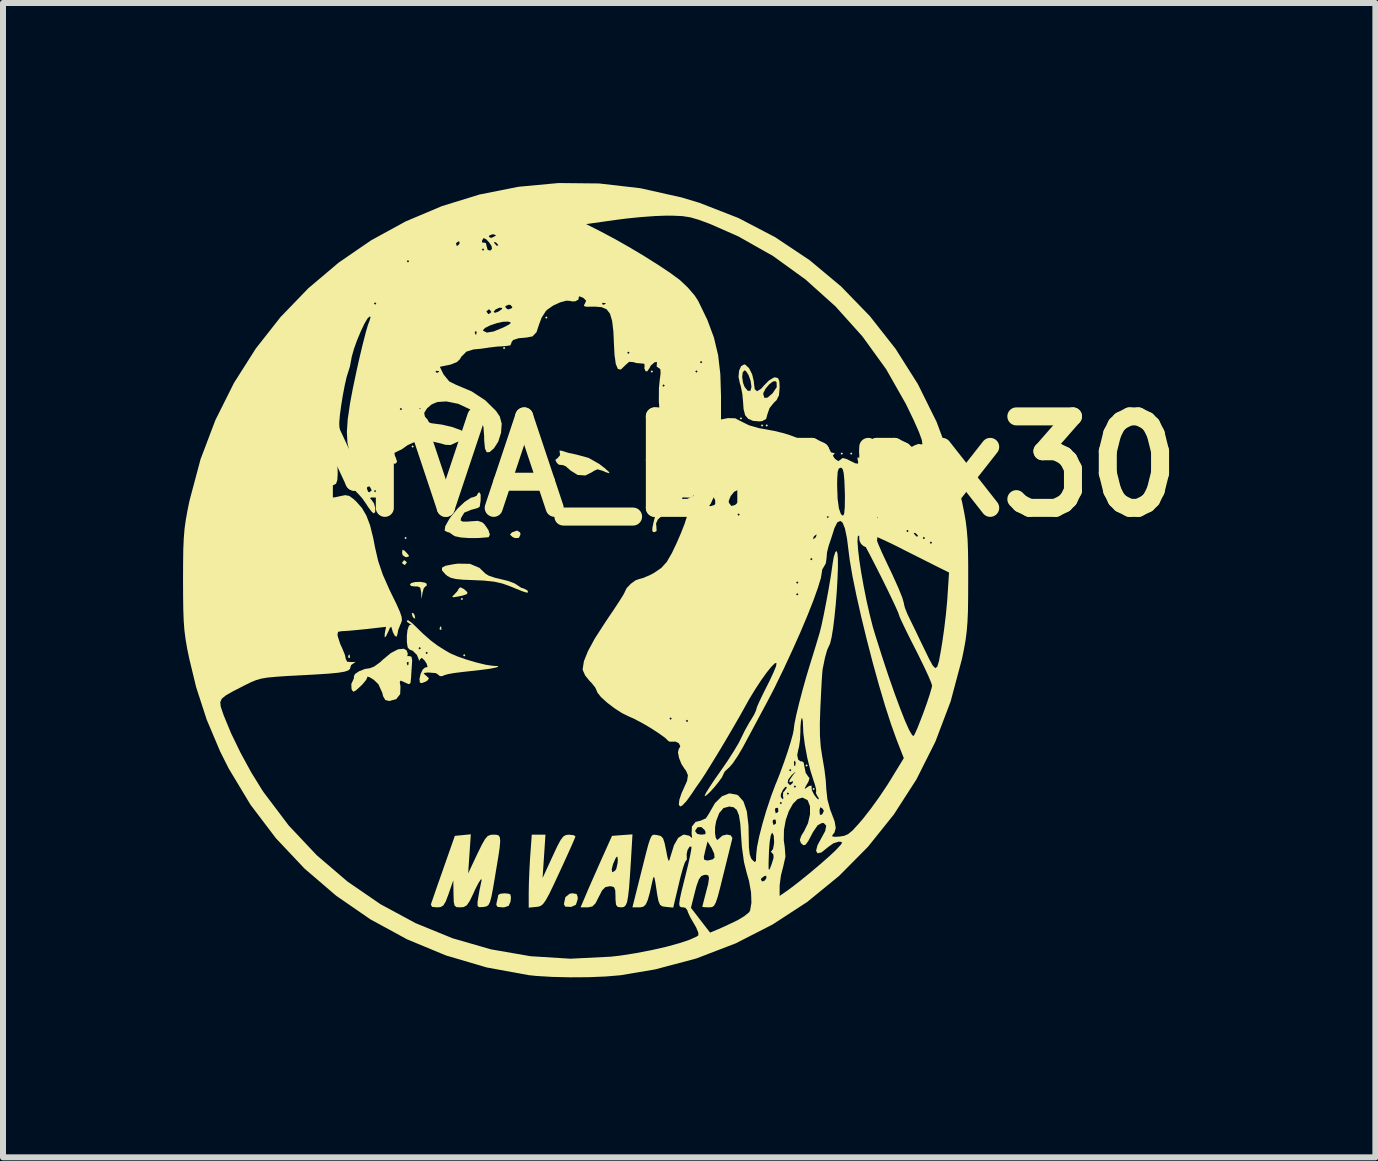
<source format=kicad_pcb>
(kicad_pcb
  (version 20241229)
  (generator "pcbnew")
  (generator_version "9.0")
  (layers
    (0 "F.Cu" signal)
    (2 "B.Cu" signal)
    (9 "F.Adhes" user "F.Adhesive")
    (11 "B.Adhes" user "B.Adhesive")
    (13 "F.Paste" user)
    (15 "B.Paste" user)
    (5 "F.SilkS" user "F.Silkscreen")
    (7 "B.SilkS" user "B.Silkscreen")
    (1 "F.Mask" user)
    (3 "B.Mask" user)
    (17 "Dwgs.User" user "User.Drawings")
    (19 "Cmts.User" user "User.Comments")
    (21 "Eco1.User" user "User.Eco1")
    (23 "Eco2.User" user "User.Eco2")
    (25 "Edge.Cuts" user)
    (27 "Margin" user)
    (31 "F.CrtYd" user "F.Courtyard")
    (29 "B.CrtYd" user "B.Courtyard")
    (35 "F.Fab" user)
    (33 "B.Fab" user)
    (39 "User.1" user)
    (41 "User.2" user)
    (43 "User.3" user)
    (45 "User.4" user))
  (footprint "MVA_Bmpx30"
    (layer "F.Cu")
    (at 9.277 4.723)
    (property "Reference" "MVA_Bmpx30" (at 0 0 0) (layer "F.SilkS") (effects (font (size 1.524 1.524) (thickness 0.3))))
    (attr board_only exclude_from_pos_files exclude_from_bom)
    (fp_poly (pts (xy -6.604 -0.02) (xy -6.624 0) (xy -6.643 -0.02) (xy -6.624 -0.039)) (stroke (width 0) (type solid)) (fill yes) (layer "F.SilkS"))
    (fp_poly (pts (xy -5.549 1.192) (xy -5.568 1.211) (xy -5.588 1.192) (xy -5.568 1.172)) (stroke (width 0) (type solid)) (fill yes) (layer "F.SilkS"))
    (fp_poly (pts (xy -5.432 -0.332) (xy -5.451 -0.313) (xy -5.471 -0.332) (xy -5.451 -0.352)) (stroke (width 0) (type solid)) (fill yes) (layer "F.SilkS"))
    (fp_poly (pts (xy -4.611 2.208) (xy -4.631 2.227) (xy -4.65 2.208) (xy -4.631 2.188)) (stroke (width 0) (type solid)) (fill yes) (layer "F.SilkS"))
    (fp_poly (pts (xy -4.572 3.146) (xy -4.592 3.165) (xy -4.611 3.146) (xy -4.592 3.126)) (stroke (width 0) (type solid)) (fill yes) (layer "F.SilkS"))
    (fp_poly (pts (xy -3.908 -1.973) (xy -3.927 -1.954) (xy -3.947 -1.973) (xy -3.927 -1.993)) (stroke (width 0) (type solid)) (fill yes) (layer "F.SilkS"))
    (fp_poly (pts (xy -3.204 -2.481) (xy -3.224 -2.462) (xy -3.243 -2.481) (xy -3.224 -2.501)) (stroke (width 0) (type solid)) (fill yes) (layer "F.SilkS"))
    (fp_poly (pts (xy -1.446 -1.583) (xy -1.465 -1.563) (xy -1.485 -1.583) (xy -1.465 -1.602)) (stroke (width 0) (type solid)) (fill yes) (layer "F.SilkS"))
    (fp_poly (pts (xy 0.039 -0.801) (xy 0.02 -0.782) (xy 0 -0.801) (xy 0.02 -0.821)) (stroke (width 0) (type solid)) (fill yes) (layer "F.SilkS"))
    (fp_poly (pts (xy 0.391 -0.684) (xy 0.371 -0.664) (xy 0.352 -0.684) (xy 0.371 -0.703)) (stroke (width 0) (type solid)) (fill yes) (layer "F.SilkS"))
    (fp_poly (pts (xy 0.469 -0.684) (xy 0.449 -0.664) (xy 0.43 -0.684) (xy 0.449 -0.703)) (stroke (width 0) (type solid)) (fill yes) (layer "F.SilkS"))
    (fp_poly (pts (xy 1.133 4.982) (xy 1.114 5.002) (xy 1.094 4.982) (xy 1.114 4.963)) (stroke (width 0) (type solid)) (fill yes) (layer "F.SilkS"))
    (fp_poly (pts (xy 1.25 5.373) (xy 1.231 5.393) (xy 1.211 5.373) (xy 1.231 5.354)) (stroke (width 0) (type solid)) (fill yes) (layer "F.SilkS"))
    (fp_poly (pts (xy 1.719 -0.215) (xy 1.7 -0.195) (xy 1.68 -0.215) (xy 1.7 -0.234)) (stroke (width 0) (type solid)) (fill yes) (layer "F.SilkS"))
    (fp_poly (pts (xy 1.876 -0.215) (xy 1.856 -0.195) (xy 1.837 -0.215) (xy 1.856 -0.234)) (stroke (width 0) (type solid)) (fill yes) (layer "F.SilkS"))
    (fp_poly (pts (xy -6.5 3.139) (xy -6.495 3.186) (xy -6.5 3.191) (xy -6.523 3.186) (xy -6.526 3.165) (xy -6.512 3.133)) (stroke (width 0) (type solid)) (fill yes) (layer "F.SilkS"))
    (fp_poly (pts (xy -5.875 -0.026) (xy -5.88 -0.003) (xy -5.901 0) (xy -5.933 -0.014) (xy -5.927 -0.026) (xy -5.88 -0.031)) (stroke (width 0) (type solid)) (fill yes) (layer "F.SilkS"))
    (fp_poly (pts (xy -4.976 2.67) (xy -4.971 2.717) (xy -4.976 2.722) (xy -4.999 2.717) (xy -5.002 2.696) (xy -4.988 2.664)) (stroke (width 0) (type solid)) (fill yes) (layer "F.SilkS"))
    (fp_poly (pts (xy -5.433 2.451) (xy -5.418 2.48) (xy -5.408 2.535) (xy -5.434 2.524) (xy -5.453 2.498) (xy -5.465 2.447) (xy -5.46 2.438)) (stroke (width 0) (type solid)) (fill yes) (layer "F.SilkS"))
    (fp_poly (pts (xy -5.953 0.649) (xy -5.959 0.664) (xy -5.994 0.702) (xy -6.001 0.703) (xy -6.017 0.673) (xy -6.018 0.664) (xy -5.988 0.627) (xy -5.976 0.625)) (stroke (width 0) (type solid)) (fill yes) (layer "F.SilkS"))
    (fp_poly (pts (xy -5.55 1.593) (xy -5.549 1.602) (xy -5.579 1.64) (xy -5.588 1.641) (xy -5.626 1.611) (xy -5.627 1.602) (xy -5.597 1.564) (xy -5.588 1.563)) (stroke (width 0) (type solid)) (fill yes) (layer "F.SilkS"))
    (fp_poly (pts (xy -4.455 -0.371) (xy -4.417 -0.336) (xy -4.416 -0.33) (xy -4.446 -0.313) (xy -4.455 -0.313) (xy -4.492 -0.343) (xy -4.494 -0.354) (xy -4.47 -0.377)) (stroke (width 0) (type solid)) (fill yes) (layer "F.SilkS"))
    (fp_poly (pts (xy -5.588 1.402) (xy -5.568 1.421) (xy -5.521 1.474) (xy -5.51 1.495) (xy -5.542 1.509) (xy -5.568 1.511) (xy -5.617 1.479) (xy -5.627 1.437) (xy -5.62 1.386)) (stroke (width 0) (type solid)) (fill yes) (layer "F.SilkS"))
    (fp_poly (pts (xy -3.661 1.098) (xy -3.654 1.133) (xy -3.681 1.19) (xy -3.748 1.193) (xy -3.79 1.172) (xy -3.829 1.135) (xy -3.798 1.1) (xy -3.79 1.095) (xy -3.711 1.068)) (stroke (width 0) (type solid)) (fill yes) (layer "F.SilkS"))
    (fp_poly (pts (xy -2.719 7.124) (xy -2.7 7.176) (xy -2.703 7.219) (xy -2.731 7.303) (xy -2.805 7.337) (xy -2.823 7.339) (xy -2.908 7.334) (xy -2.931 7.294) (xy -2.906 7.176) (xy -2.833 7.118) (xy -2.787 7.112)) (stroke (width 0) (type solid)) (fill yes) (layer "F.SilkS"))
    (fp_poly (pts (xy -4.603 2.038) (xy -4.591 2.047) (xy -4.539 2.094) (xy -4.545 2.126) (xy -4.618 2.151) (xy -4.689 2.166) (xy -4.774 2.179) (xy -4.793 2.17) (xy -4.764 2.141) (xy -4.704 2.075) (xy -4.685 2.04) (xy -4.659 2.012)) (stroke (width 0) (type solid)) (fill yes) (layer "F.SilkS"))
    (fp_poly (pts (xy -3.85 7.119) (xy -3.822 7.132) (xy -3.813 7.182) (xy -3.82 7.25) (xy -3.851 7.321) (xy -3.922 7.345) (xy -3.956 7.346) (xy -4.036 7.339) (xy -4.058 7.304) (xy -4.05 7.259) (xy -4.031 7.177) (xy -4.025 7.141) (xy -3.993 7.12) (xy -3.921 7.112)) (stroke (width 0) (type solid)) (fill yes) (layer "F.SilkS"))
    (fp_poly (pts (xy -5.245 1.936) (xy -5.216 1.955) (xy -5.219 1.99) (xy -5.231 1.993) (xy -5.265 2.027) (xy -5.286 2.1) (xy -5.303 2.208) (xy -5.309 2.098) (xy -5.324 2.019) (xy -5.372 1.998) (xy -5.399 2) (xy -5.471 1.993) (xy -5.498 1.97) (xy -5.475 1.942) (xy -5.406 1.925) (xy -5.319 1.923)) (stroke (width 0) (type solid)) (fill yes) (layer "F.SilkS"))
    (fp_poly (pts (xy -2.956 -0.259) (xy -2.947 -0.256) (xy -2.86 -0.228) (xy -2.74 -0.202) (xy -2.716 -0.197) (xy -2.519 -0.143) (xy -2.34 -0.041) (xy -2.254 0.025) (xy -2.18 0.091) (xy -2.172 0.114) (xy -2.23 0.096) (xy -2.284 0.072) (xy -2.37 0.047) (xy -2.437 0.076) (xy -2.455 0.091) (xy -2.572 0.15) (xy -2.702 0.141) (xy -2.822 0.066) (xy -2.833 0.055) (xy -2.904 -0.006) (xy -2.958 -0.026) (xy -2.963 -0.024) (xy -3.015 -0.03) (xy -3.048 -0.059) (xy -3.074 -0.11) (xy -3.035 -0.14) (xy -2.994 -0.189) (xy -2.999 -0.225) (xy -3.003 -0.267)) (stroke (width 0) (type solid)) (fill yes) (layer "F.SilkS"))
    (fp_poly (pts (xy -3.262 6.497) (xy -3.286 6.858) (xy -3.12 6.497) (xy -3.043 6.332) (xy -2.987 6.227) (xy -2.942 6.167) (xy -2.898 6.141) (xy -2.845 6.135) (xy -2.845 6.135) (xy -2.767 6.144) (xy -2.738 6.164) (xy -2.755 6.208) (xy -2.799 6.31) (xy -2.865 6.457) (xy -2.947 6.637) (xy -3.004 6.76) (xy -3.103 6.973) (xy -3.176 7.124) (xy -3.232 7.226) (xy -3.276 7.288) (xy -3.316 7.321) (xy -3.359 7.335) (xy -3.392 7.339) (xy -3.517 7.351) (xy -3.517 7.101) (xy -3.514 6.941) (xy -3.506 6.74) (xy -3.495 6.537) (xy -3.492 6.493) (xy -3.466 6.135) (xy -3.238 6.135)) (stroke (width 0) (type solid)) (fill yes) (layer "F.SilkS"))
    (fp_poly (pts (xy -4.497 1.622) (xy -4.338 1.689) (xy -4.24 1.784) (xy -4.182 1.82) (xy -4.074 1.856) (xy -3.989 1.876) (xy -3.857 1.908) (xy -3.751 1.949) (xy -3.712 1.974) (xy -3.642 2.021) (xy -3.604 2.032) (xy -3.544 2.061) (xy -3.536 2.071) (xy -3.527 2.098) (xy -3.55 2.102) (xy -3.618 2.081) (xy -3.741 2.032) (xy -3.81 2.003) (xy -3.952 1.951) (xy -4.095 1.919) (xy -4.268 1.901) (xy -4.429 1.894) (xy -4.611 1.887) (xy -4.734 1.875) (xy -4.815 1.855) (xy -4.874 1.823) (xy -4.908 1.794) (xy -4.962 1.731) (xy -4.962 1.686) (xy -4.902 1.654) (xy -4.773 1.629) (xy -4.699 1.619)) (stroke (width 0) (type solid)) (fill yes) (layer "F.SilkS"))
    (fp_poly (pts (xy -4.318 0.465) (xy -4.318 0.563) (xy -4.333 0.67) (xy -4.37 0.693) (xy -4.456 0.717) (xy -4.471 0.72) (xy -4.591 0.769) (xy -4.646 0.861) (xy -4.65 0.901) (xy -4.616 0.918) (xy -4.529 0.918) (xy -4.484 0.914) (xy -4.365 0.906) (xy -4.292 0.93) (xy -4.255 0.963) (xy -4.189 1.058) (xy -4.164 1.136) (xy -4.184 1.177) (xy -4.192 1.179) (xy -4.349 1.192) (xy -4.507 1.193) (xy -4.646 1.183) (xy -4.743 1.163) (xy -4.773 1.147) (xy -4.839 1.1) (xy -4.87 1.094) (xy -4.918 1.069) (xy -4.908 0.995) (xy -4.84 0.874) (xy -4.811 0.833) (xy -4.699 0.697) (xy -4.583 0.589) (xy -4.482 0.522) (xy -4.43 0.508) (xy -4.381 0.485) (xy -4.377 0.469) (xy -4.349 0.431) (xy -4.34 0.43)) (stroke (width 0) (type solid)) (fill yes) (layer "F.SilkS"))
    (fp_poly (pts (xy -1.813 6.553) (xy -1.83 6.821) (xy -1.845 7.021) (xy -1.861 7.163) (xy -1.878 7.257) (xy -1.901 7.312) (xy -1.929 7.338) (xy -1.966 7.346) (xy -1.977 7.346) (xy -2.035 7.339) (xy -2.063 7.301) (xy -2.071 7.213) (xy -2.071 7.171) (xy -2.075 7.062) (xy -2.095 7.011) (xy -2.143 6.995) (xy -2.171 6.995) (xy -2.24 7.009) (xy -2.295 7.065) (xy -2.349 7.171) (xy -2.404 7.279) (xy -2.456 7.331) (xy -2.526 7.346) (xy -2.54 7.346) (xy -2.653 7.346) (xy -2.574 7.161) (xy -2.526 7.047) (xy -2.455 6.886) (xy -2.377 6.71) (xy -2.134 6.71) (xy -2.126 6.757) (xy -2.117 6.76) (xy -2.072 6.729) (xy -2.056 6.698) (xy -2.036 6.608) (xy -2.033 6.552) (xy -2.04 6.498) (xy -2.062 6.516) (xy -2.068 6.526) (xy -2.112 6.625) (xy -2.134 6.71) (xy -2.377 6.71) (xy -2.374 6.702) (xy -2.313 6.565) (xy -2.129 6.155) (xy -1.958 6.142) (xy -1.788 6.13)) (stroke (width 0) (type solid)) (fill yes) (layer "F.SilkS"))
    (fp_poly (pts (xy -5.551 3.065) (xy -5.531 3.122) (xy -5.539 3.143) (xy -5.536 3.161) (xy -5.51 3.159) (xy -5.471 3.169) (xy -5.459 3.233) (xy -5.462 3.282) (xy -5.471 3.412) (xy -5.478 3.527) (xy -5.487 3.609) (xy -5.515 3.628) (xy -5.587 3.596) (xy -5.596 3.591) (xy -5.651 3.567) (xy -5.666 3.592) (xy -5.654 3.667) (xy -5.659 3.793) (xy -5.725 3.877) (xy -5.84 3.908) (xy -5.907 3.891) (xy -5.944 3.827) (xy -5.956 3.773) (xy -6.022 3.628) (xy -6.099 3.554) (xy -6.171 3.51) (xy -6.204 3.502) (xy -6.205 3.507) (xy -6.224 3.554) (xy -6.286 3.629) (xy -6.32 3.662) (xy -6.398 3.733) (xy -6.439 3.753) (xy -6.462 3.727) (xy -6.47 3.703) (xy -6.473 3.623) (xy -6.455 3.586) (xy -6.428 3.524) (xy -6.431 3.502) (xy -6.412 3.458) (xy -6.342 3.411) (xy -6.247 3.374) (xy -6.162 3.361) (xy -6.093 3.334) (xy -6.021 3.282) (xy -5.549 3.282) (xy -5.535 3.315) (xy -5.523 3.309) (xy -5.518 3.262) (xy -5.523 3.256) (xy -5.546 3.262) (xy -5.549 3.282) (xy -6.021 3.282) (xy -5.999 3.267) (xy -5.946 3.218) (xy -5.814 3.108) (xy -5.693 3.046) (xy -5.597 3.037)) (stroke (width 0) (type solid)) (fill yes) (layer "F.SilkS"))
    (fp_poly (pts (xy -4.504 6.455) (xy -4.526 6.78) (xy -4.374 6.457) (xy -4.299 6.304) (xy -4.245 6.209) (xy -4.2 6.158) (xy -4.152 6.138) (xy -4.104 6.135) (xy -4.053 6.137) (xy -4.018 6.148) (xy -3.998 6.18) (xy -3.992 6.244) (xy -4.001 6.349) (xy -4.024 6.506) (xy -4.061 6.726) (xy -4.076 6.819) (xy -4.111 7.025) (xy -4.138 7.166) (xy -4.162 7.256) (xy -4.187 7.306) (xy -4.218 7.329) (xy -4.26 7.338) (xy -4.273 7.34) (xy -4.342 7.344) (xy -4.37 7.322) (xy -4.369 7.254) (xy -4.358 7.183) (xy -4.337 7.062) (xy -4.317 6.965) (xy -4.313 6.946) (xy -4.3 6.882) (xy -4.316 6.882) (xy -4.354 6.94) (xy -4.41 7.049) (xy -4.438 7.112) (xy -4.5 7.24) (xy -4.548 7.311) (xy -4.599 7.341) (xy -4.655 7.346) (xy -4.718 7.343) (xy -4.752 7.318) (xy -4.766 7.255) (xy -4.77 7.134) (xy -4.77 7.122) (xy -4.774 6.897) (xy -4.852 7.122) (xy -4.899 7.247) (xy -4.939 7.314) (xy -4.987 7.342) (xy -5.047 7.346) (xy -5.127 7.338) (xy -5.147 7.303) (xy -5.141 7.278) (xy -5.12 7.218) (xy -5.079 7.099) (xy -5.023 6.938) (xy -4.956 6.748) (xy -4.933 6.682) (xy -4.748 6.155) (xy -4.615 6.142) (xy -4.482 6.129)) (stroke (width 0) (type solid)) (fill yes) (layer "F.SilkS"))
    (fp_poly (pts (xy 0.091 -1.697) (xy 0.154 -1.639) (xy 0.206 -1.536) (xy 0.234 -1.419) (xy 0.235 -1.395) (xy 0.249 -1.288) (xy 0.288 -1.254) (xy 0.354 -1.294) (xy 0.404 -1.35) (xy 0.486 -1.433) (xy 0.565 -1.481) (xy 0.588 -1.485) (xy 0.636 -1.473) (xy 0.659 -1.423) (xy 0.664 -1.315) (xy 0.664 -1.312) (xy 0.653 -1.186) (xy 0.612 -1.104) (xy 0.57 -1.065) (xy 0.496 -0.973) (xy 0.462 -0.876) (xy 0.439 -0.792) (xy 0.376 -0.757) (xy 0.332 -0.751) (xy 0.221 -0.76) (xy 0.139 -0.795) (xy 0.089 -0.855) (xy 0.063 -0.957) (xy 0.056 -1.06) (xy 0.043 -1.205) (xy 0.391 -1.205) (xy 0.41 -1.143) (xy 0.463 -1.148) (xy 0.546 -1.219) (xy 0.616 -1.323) (xy 0.613 -1.402) (xy 0.599 -1.42) (xy 0.555 -1.418) (xy 0.492 -1.37) (xy 0.431 -1.299) (xy 0.394 -1.227) (xy 0.391 -1.205) (xy 0.043 -1.205) (xy 0.043 -1.206) (xy 0.017 -1.338) (xy 0.001 -1.387) (xy -0.021 -1.491) (xy 0.04 -1.491) (xy 0.054 -1.395) (xy 0.08 -1.326) (xy 0.133 -1.261) (xy 0.177 -1.261) (xy 0.195 -1.326) (xy 0.181 -1.426) (xy 0.146 -1.524) (xy 0.103 -1.59) (xy 0.079 -1.602) (xy 0.049 -1.569) (xy 0.04 -1.491) (xy -0.021 -1.491) (xy -0.021 -1.492) (xy -0.012 -1.595) (xy 0.022 -1.672) (xy 0.074 -1.701)) (stroke (width 0) (type solid)) (fill yes) (layer "F.SilkS"))
    (fp_poly (pts (xy -5.467 2.604) (xy -5.441 2.627) (xy -5.282 2.783) (xy -5.153 2.897) (xy -5.034 2.986) (xy -4.903 3.068) (xy -4.828 3.111) (xy -4.716 3.161) (xy -4.562 3.215) (xy -4.393 3.265) (xy -4.237 3.303) (xy -4.121 3.321) (xy -4.106 3.322) (xy -4.031 3.326) (xy -4.025 3.338) (xy -4.081 3.354) (xy -4.19 3.374) (xy -4.344 3.394) (xy -4.381 3.398) (xy -4.601 3.422) (xy -4.755 3.441) (xy -4.858 3.459) (xy -4.922 3.477) (xy -4.953 3.492) (xy -5 3.494) (xy -5.008 3.482) (xy -5.064 3.443) (xy -5.187 3.433) (xy -5.214 3.434) (xy -5.267 3.442) (xy -5.249 3.468) (xy -5.224 3.488) (xy -5.18 3.529) (xy -5.2 3.562) (xy -5.234 3.585) (xy -5.3 3.61) (xy -5.331 3.601) (xy -5.337 3.54) (xy -5.318 3.456) (xy -5.283 3.383) (xy -5.245 3.35) (xy -5.242 3.351) (xy -5.202 3.34) (xy -5.219 3.283) (xy -5.253 3.232) (xy -5.299 3.188) (xy -5.327 3.212) (xy -5.327 3.212) (xy -5.345 3.243) (xy -5.35 3.211) (xy -5.382 3.137) (xy -5.413 3.107) (xy -5.236 3.107) (xy -5.217 3.126) (xy -5.197 3.107) (xy -5.217 3.087) (xy -5.236 3.107) (xy -5.413 3.107) (xy -5.448 3.072) (xy -5.507 3.048) (xy -5.522 3.028) (xy -5.354 3.028) (xy -5.334 3.048) (xy -5.314 3.028) (xy -5.334 3.009) (xy -5.354 3.028) (xy -5.522 3.028) (xy -5.534 3.014) (xy -5.547 2.931) (xy -5.548 2.825) (xy -5.537 2.724) (xy -5.514 2.657) (xy -5.5 2.644) (xy -5.471 2.626) (xy -5.5 2.621) (xy -5.545 2.587) (xy -5.549 2.569) (xy -5.525 2.562)) (stroke (width 0) (type solid)) (fill yes) (layer "F.SilkS"))
    (fp_poly (pts (xy -2.344 -4.716) (xy -1.658 -4.637) (xy -0.97 -4.483) (xy -0.671 -4.393) (xy -0.022 -4.14) (xy 0.591 -3.82) (xy 1.162 -3.439) (xy 1.689 -2.999) (xy 2.168 -2.505) (xy 2.595 -1.962) (xy 2.967 -1.374) (xy 3.279 -0.744) (xy 3.528 -0.078) (xy 3.702 0.582) (xy 3.738 0.759) (xy 3.765 0.913) (xy 3.783 1.061) (xy 3.796 1.22) (xy 3.803 1.408) (xy 3.806 1.641) (xy 3.806 1.895) (xy 3.805 2.183) (xy 3.802 2.41) (xy 3.794 2.593) (xy 3.781 2.749) (xy 3.762 2.897) (xy 3.734 3.053) (xy 3.702 3.208) (xy 3.513 3.916) (xy 3.259 4.586) (xy 2.943 5.215) (xy 2.567 5.799) (xy 2.136 6.337) (xy 1.654 6.823) (xy 1.124 7.256) (xy 0.548 7.631) (xy -0.068 7.946) (xy -0.721 8.197) (xy -1.409 8.38) (xy -1.992 8.478) (xy -2.23 8.498) (xy -2.517 8.51) (xy -2.825 8.512) (xy -3.126 8.505) (xy -3.392 8.489) (xy -3.517 8.476) (xy -4.22 8.347) (xy -4.898 8.147) (xy -5.544 7.879) (xy -6.155 7.546) (xy -6.726 7.152) (xy -7.253 6.7) (xy -7.73 6.194) (xy -8.153 5.636) (xy -8.517 5.031) (xy -8.659 4.748) (xy -8.883 4.218) (xy -8.977 3.928) (xy -8.657 3.928) (xy -8.649 4.001) (xy -8.615 4.102) (xy -8.598 4.151) (xy -8.477 4.444) (xy -8.32 4.768) (xy -8.142 5.095) (xy -7.956 5.396) (xy -7.933 5.43) (xy -7.517 5.981) (xy -7.05 6.477) (xy -6.537 6.916) (xy -5.985 7.295) (xy -5.399 7.611) (xy -4.784 7.862) (xy -4.146 8.046) (xy -3.49 8.16) (xy -2.822 8.202) (xy -2.147 8.168) (xy -1.99 8.15) (xy -1.73 8.109) (xy -1.47 8.059) (xy -1.224 8.003) (xy -1.007 7.943) (xy -0.834 7.885) (xy -0.717 7.832) (xy -0.69 7.813) (xy -0.691 7.768) (xy -0.727 7.681) (xy -0.765 7.615) (xy -0.827 7.508) (xy -0.866 7.424) (xy -0.873 7.396) (xy -0.905 7.355) (xy -0.906 7.354) (xy -0.814 7.354) (xy -0.654 7.561) (xy -0.495 7.767) (xy -0.355 7.709) (xy -0.233 7.654) (xy -0.089 7.586) (xy -0.034 7.559) (xy 0.074 7.494) (xy 0.151 7.432) (xy 0.171 7.404) (xy 0.194 7.27) (xy 0.19 7.156) (xy 0.664 7.156) (xy 0.791 7.068) (xy 0.878 7.004) (xy 1.004 6.906) (xy 1.146 6.791) (xy 1.211 6.737) (xy 1.354 6.616) (xy 1.487 6.499) (xy 1.589 6.404) (xy 1.619 6.373) (xy 1.688 6.298) (xy 1.706 6.263) (xy 1.677 6.253) (xy 1.647 6.252) (xy 1.56 6.279) (xy 1.468 6.344) (xy 1.462 6.35) (xy 1.361 6.431) (xy 1.296 6.446) (xy 1.271 6.404) (xy 1.295 6.311) (xy 1.347 6.215) (xy 1.423 6.075) (xy 1.441 5.985) (xy 1.401 5.943) (xy 1.37 5.94) (xy 1.298 5.978) (xy 1.219 6.093) (xy 1.206 6.118) (xy 1.141 6.242) (xy 1.096 6.303) (xy 1.059 6.311) (xy 1.019 6.276) (xy 1.019 6.275) (xy 1 6.224) (xy 1.026 6.151) (xy 1.073 6.075) (xy 1.137 5.943) (xy 1.17 5.797) (xy 1.17 5.744) (xy 1.329 5.744) (xy 1.336 5.806) (xy 1.366 5.8) (xy 1.376 5.791) (xy 1.402 5.738) (xy 1.376 5.697) (xy 1.341 5.678) (xy 1.329 5.726) (xy 1.329 5.744) (xy 1.17 5.744) (xy 1.17 5.662) (xy 1.133 5.565) (xy 1.125 5.557) (xy 1.045 5.517) (xy 0.964 5.542) (xy 0.886 5.621) (xy 0.818 5.741) (xy 0.766 5.89) (xy 0.736 6.057) (xy 0.733 6.228) (xy 0.749 6.341) (xy 0.761 6.502) (xy 0.724 6.666) (xy 0.686 6.813) (xy 0.666 6.963) (xy 0.664 6.999) (xy 0.664 7.156) (xy 0.19 7.156) (xy 0.187 7.092) (xy 0.152 6.897) (xy 0.147 6.882) (xy 0.352 6.882) (xy 0.373 6.916) (xy 0.416 6.9) (xy 0.443 6.86) (xy 0.441 6.82) (xy 0.408 6.825) (xy 0.358 6.864) (xy 0.352 6.882) (xy 0.147 6.882) (xy 0.118 6.782) (xy 0.074 6.608) (xy 0.48 6.608) (xy 0.48 6.697) (xy 0.487 6.724) (xy 0.503 6.698) (xy 0.531 6.627) (xy 0.531 6.626) (xy 0.563 6.522) (xy 0.56 6.465) (xy 0.538 6.441) (xy 0.515 6.414) (xy 0.528 6.409) (xy 0.554 6.374) (xy 0.57 6.287) (xy 0.572 6.251) (xy 0.566 6.151) (xy 0.544 6.106) (xy 0.536 6.106) (xy 0.516 6.149) (xy 0.499 6.251) (xy 0.487 6.394) (xy 0.485 6.45) (xy 0.48 6.608) (xy 0.074 6.608) (xy 0.069 6.586) (xy 0.035 6.338) (xy 0.023 6.167) (xy 0.009 5.956) (xy -0.014 5.812) (xy -0.05 5.723) (xy -0.103 5.678) (xy -0.176 5.666) (xy -0.272 5.692) (xy -0.343 5.776) (xy -0.393 5.907) (xy -0.411 6.007) (xy -0.413 6.106) (xy -0.401 6.185) (xy -0.378 6.224) (xy -0.348 6.204) (xy -0.345 6.2) (xy -0.29 6.151) (xy -0.216 6.133) (xy -0.151 6.146) (xy -0.124 6.189) (xy -0.126 6.203) (xy -0.141 6.265) (xy -0.171 6.386) (xy -0.212 6.552) (xy -0.26 6.746) (xy -0.276 6.809) (xy -0.328 7.021) (xy -0.367 7.168) (xy -0.398 7.262) (xy -0.427 7.316) (xy -0.458 7.34) (xy -0.496 7.346) (xy -0.516 7.346) (xy -0.595 7.343) (xy -0.625 7.337) (xy -0.615 7.297) (xy -0.591 7.204) (xy -0.567 7.112) (xy -0.527 6.957) (xy -0.513 6.862) (xy -0.523 6.816) (xy -0.561 6.803) (xy -0.594 6.806) (xy -0.643 6.827) (xy -0.682 6.881) (xy -0.72 6.986) (xy -0.747 7.087) (xy -0.814 7.354) (xy -0.906 7.354) (xy -0.944 7.346) (xy -0.981 7.343) (xy -1.003 7.326) (xy -1.009 7.284) (xy -0.998 7.204) (xy -0.97 7.076) (xy -0.923 6.888) (xy -0.901 6.8) (xy -0.858 6.624) (xy -0.832 6.506) (xy -0.599 6.506) (xy -0.593 6.552) (xy -0.553 6.564) (xy -0.528 6.565) (xy -0.45 6.546) (xy -0.42 6.516) (xy -0.427 6.451) (xy -0.467 6.362) (xy -0.469 6.358) (xy -0.537 6.248) (xy -0.577 6.407) (xy -0.599 6.506) (xy -0.832 6.506) (xy -0.826 6.477) (xy -0.807 6.374) (xy -0.806 6.332) (xy -0.838 6.337) (xy -0.87 6.39) (xy -0.886 6.461) (xy -0.883 6.497) (xy -0.883 6.554) (xy -0.895 6.565) (xy -0.916 6.6) (xy -0.948 6.696) (xy -0.987 6.837) (xy -1.016 6.958) (xy -1.109 7.35) (xy -1.228 7.339) (xy -1.291 7.329) (xy -1.33 7.302) (xy -1.355 7.242) (xy -1.377 7.13) (xy -1.388 7.053) (xy -1.409 6.916) (xy -1.424 6.847) (xy -1.437 6.841) (xy -1.451 6.888) (xy -1.457 6.914) (xy -1.499 7.102) (xy -1.534 7.226) (xy -1.568 7.3) (xy -1.607 7.335) (xy -1.659 7.346) (xy -1.678 7.346) (xy -1.789 7.346) (xy -1.674 6.887) (xy -1.609 6.629) (xy -1.561 6.437) (xy -1.525 6.302) (xy -1.496 6.214) (xy -1.473 6.163) (xy -1.45 6.14) (xy -1.424 6.136) (xy -1.391 6.14) (xy -1.376 6.142) (xy -1.317 6.157) (xy -1.279 6.195) (xy -1.252 6.277) (xy -1.229 6.389) (xy -1.205 6.513) (xy -1.188 6.568) (xy -1.174 6.563) (xy -1.157 6.506) (xy -1.096 6.31) (xy -1.026 6.188) (xy -0.944 6.137) (xy -0.922 6.135) (xy -0.84 6.153) (xy -0.804 6.184) (xy -0.794 6.187) (xy -0.801 6.128) (xy -0.803 6.122) (xy -0.801 6.081) (xy -0.742 6.081) (xy -0.708 6.123) (xy -0.643 6.135) (xy -0.575 6.127) (xy -0.57 6.091) (xy -0.585 6.058) (xy -0.641 6.008) (xy -0.704 6.012) (xy -0.741 6.064) (xy -0.742 6.081) (xy -0.801 6.081) (xy -0.798 6) (xy -0.737 5.923) (xy -0.65 5.901) (xy -0.565 5.863) (xy -0.515 5.786) (xy -0.414 5.61) (xy -0.297 5.495) (xy -0.173 5.447) (xy -0.05 5.469) (xy -0.023 5.485) (xy 0.061 5.581) (xy 0.117 5.745) (xy 0.145 5.978) (xy 0.149 6.168) (xy 0.152 6.345) (xy 0.165 6.461) (xy 0.19 6.532) (xy 0.21 6.557) (xy 0.25 6.591) (xy 0.269 6.574) (xy 0.273 6.494) (xy 0.274 6.466) (xy 0.287 6.343) (xy 0.323 6.167) (xy 0.377 5.956) (xy 0.388 5.918) (xy 0.547 5.918) (xy 0.56 5.974) (xy 0.594 5.957) (xy 0.604 5.942) (xy 0.599 5.892) (xy 0.587 5.881) (xy 0.553 5.89) (xy 0.547 5.918) (xy 0.388 5.918) (xy 0.443 5.73) (xy 0.446 5.722) (xy 0.586 5.722) (xy 0.599 5.779) (xy 0.633 5.762) (xy 0.643 5.747) (xy 0.638 5.697) (xy 0.626 5.686) (xy 0.592 5.695) (xy 0.586 5.722) (xy 0.446 5.722) (xy 0.484 5.608) (xy 0.664 5.608) (xy 0.684 5.627) (xy 0.703 5.608) (xy 0.684 5.588) (xy 0.664 5.608) (xy 0.484 5.608) (xy 0.517 5.508) (xy 0.534 5.461) (xy 0.684 5.461) (xy 0.684 5.51) (xy 0.72 5.548) (xy 0.727 5.518) (xy 0.719 5.494) (xy 0.722 5.451) (xy 0.782 5.451) (xy 0.801 5.471) (xy 0.821 5.451) (xy 0.801 5.432) (xy 0.782 5.451) (xy 0.722 5.451) (xy 0.723 5.431) (xy 0.74 5.414) (xy 0.78 5.358) (xy 0.782 5.343) (xy 0.763 5.336) (xy 0.721 5.384) (xy 0.684 5.461) (xy 0.534 5.461) (xy 0.582 5.334) (xy 0.899 5.334) (xy 0.918 5.354) (xy 0.938 5.334) (xy 0.918 5.314) (xy 0.899 5.334) (xy 0.582 5.334) (xy 0.591 5.309) (xy 0.605 5.275) (xy 0.608 5.269) (xy 0.798 5.269) (xy 0.799 5.271) (xy 0.838 5.312) (xy 0.877 5.279) (xy 0.883 5.269) (xy 0.888 5.243) (xy 0.866 5.252) (xy 0.825 5.263) (xy 0.831 5.225) (xy 0.879 5.152) (xy 0.888 5.142) (xy 0.928 5.091) (xy 0.921 5.092) (xy 0.863 5.144) (xy 0.808 5.215) (xy 0.798 5.269) (xy 0.608 5.269) (xy 0.668 5.118) (xy 0.689 5.06) (xy 0.821 5.06) (xy 0.84 5.08) (xy 0.86 5.06) (xy 0.84 5.041) (xy 0.821 5.06) (xy 0.689 5.06) (xy 0.733 4.94) (xy 0.902 4.94) (xy 0.909 4.991) (xy 0.922 4.991) (xy 0.932 4.939) (xy 0.925 4.916) (xy 0.908 4.902) (xy 0.902 4.94) (xy 0.733 4.94) (xy 0.734 4.939) (xy 0.779 4.807) (xy 0.957 4.807) (xy 0.972 4.883) (xy 1.013 4.915) (xy 1.031 4.911) (xy 1.064 4.932) (xy 1.079 5.011) (xy 1.098 5.105) (xy 1.135 5.159) (xy 1.162 5.195) (xy 1.142 5.257) (xy 1.115 5.301) (xy 1.082 5.361) (xy 1.089 5.37) (xy 1.097 5.363) (xy 1.155 5.324) (xy 1.196 5.317) (xy 1.197 5.345) (xy 1.196 5.347) (xy 1.202 5.397) (xy 1.239 5.47) (xy 1.287 5.532) (xy 1.316 5.549) (xy 1.315 5.525) (xy 1.295 5.496) (xy 1.268 5.442) (xy 1.272 5.423) (xy 1.272 5.377) (xy 1.248 5.287) (xy 1.235 5.251) (xy 1.178 5.071) (xy 1.125 4.856) (xy 1.084 4.635) (xy 1.059 4.44) (xy 1.055 4.353) (xy 1.051 4.25) (xy 1.04 4.195) (xy 1.032 4.192) (xy 1.019 4.241) (xy 1.011 4.342) (xy 1.01 4.416) (xy 1.004 4.553) (xy 0.987 4.672) (xy 0.976 4.712) (xy 0.957 4.807) (xy 0.779 4.807) (xy 0.796 4.758) (xy 0.848 4.592) (xy 0.884 4.462) (xy 0.899 4.385) (xy 0.899 4.383) (xy 0.91 4.293) (xy 0.94 4.145) (xy 0.986 3.954) (xy 1.043 3.736) (xy 1.107 3.507) (xy 1.157 3.341) (xy 1.215 3.154) (xy 1.268 2.981) (xy 1.309 2.844) (xy 1.33 2.774) (xy 1.361 2.651) (xy 1.399 2.472) (xy 1.44 2.261) (xy 1.481 2.041) (xy 1.516 1.833) (xy 1.541 1.661) (xy 1.545 1.631) (xy 1.565 1.511) (xy 1.591 1.429) (xy 1.61 1.407) (xy 1.627 1.443) (xy 1.635 1.543) (xy 1.635 1.693) (xy 1.628 1.878) (xy 1.616 2.084) (xy 1.599 2.298) (xy 1.578 2.506) (xy 1.555 2.693) (xy 1.53 2.846) (xy 1.505 2.95) (xy 1.488 2.987) (xy 1.455 3.059) (xy 1.419 3.189) (xy 1.385 3.356) (xy 1.38 3.38) (xy 1.374 3.446) (xy 1.365 3.574) (xy 1.356 3.747) (xy 1.346 3.947) (xy 1.343 4.007) (xy 1.334 4.277) (xy 1.336 4.491) (xy 1.349 4.672) (xy 1.375 4.841) (xy 1.38 4.867) (xy 1.41 5.046) (xy 1.432 5.224) (xy 1.441 5.366) (xy 1.441 5.374) (xy 1.46 5.547) (xy 1.508 5.724) (xy 1.522 5.758) (xy 1.581 5.916) (xy 1.599 6.025) (xy 1.577 6.101) (xy 1.553 6.13) (xy 1.536 6.16) (xy 1.575 6.171) (xy 1.659 6.167) (xy 1.738 6.155) (xy 1.805 6.126) (xy 1.878 6.066) (xy 1.971 5.965) (xy 2.052 5.871) (xy 2.181 5.706) (xy 2.325 5.507) (xy 2.46 5.305) (xy 2.511 5.223) (xy 2.733 4.86) (xy 2.612 4.55) (xy 2.521 4.296) (xy 2.421 3.987) (xy 2.318 3.639) (xy 2.215 3.267) (xy 2.116 2.884) (xy 2.024 2.507) (xy 1.944 2.151) (xy 1.878 1.829) (xy 1.832 1.558) (xy 1.815 1.426) (xy 1.793 1.25) (xy 1.961 1.25) (xy 1.971 1.386) (xy 1.992 1.563) (xy 2.024 1.77) (xy 2.064 1.994) (xy 2.11 2.226) (xy 2.161 2.452) (xy 2.214 2.662) (xy 2.253 2.794) (xy 2.366 3.152) (xy 2.475 3.482) (xy 2.578 3.777) (xy 2.672 4.031) (xy 2.753 4.237) (xy 2.82 4.387) (xy 2.87 4.473) (xy 2.894 4.493) (xy 2.915 4.459) (xy 2.957 4.367) (xy 3.011 4.231) (xy 3.06 4.103) (xy 3.12 3.936) (xy 3.167 3.792) (xy 3.197 3.689) (xy 3.204 3.651) (xy 3.187 3.596) (xy 3.14 3.485) (xy 3.069 3.333) (xy 2.981 3.152) (xy 2.931 3.053) (xy 2.836 2.866) (xy 2.756 2.704) (xy 2.696 2.578) (xy 2.662 2.502) (xy 2.657 2.486) (xy 2.64 2.436) (xy 2.594 2.332) (xy 2.525 2.185) (xy 2.441 2.012) (xy 2.348 1.824) (xy 2.252 1.635) (xy 2.162 1.46) (xy 2.083 1.312) (xy 2.024 1.205) (xy 2.003 1.172) (xy 2.273 1.172) (xy 2.275 1.205) (xy 2.307 1.292) (xy 2.362 1.419) (xy 2.406 1.514) (xy 2.545 1.807) (xy 2.646 2.031) (xy 2.709 2.189) (xy 2.735 2.28) (xy 2.735 2.29) (xy 2.752 2.356) (xy 2.792 2.457) (xy 2.808 2.49) (xy 2.855 2.587) (xy 2.926 2.732) (xy 3.008 2.904) (xy 3.072 3.036) (xy 3.156 3.209) (xy 3.216 3.318) (xy 3.259 3.361) (xy 3.291 3.335) (xy 3.32 3.239) (xy 3.351 3.069) (xy 3.374 2.929) (xy 3.405 2.712) (xy 3.435 2.463) (xy 3.457 2.225) (xy 3.461 2.163) (xy 3.487 1.767) (xy 3.258 1.653) (xy 3.119 1.583) (xy 2.94 1.493) (xy 2.751 1.398) (xy 2.667 1.355) (xy 2.514 1.279) (xy 2.494 1.27) (xy 3.165 1.27) (xy 3.185 1.29) (xy 3.204 1.27) (xy 3.185 1.25) (xy 3.165 1.27) (xy 2.494 1.27) (xy 2.386 1.219) (xy 2.325 1.192) (xy 3.048 1.192) (xy 3.068 1.211) (xy 3.087 1.192) (xy 3.068 1.172) (xy 3.048 1.192) (xy 2.325 1.192) (xy 2.3 1.181) (xy 2.273 1.172) (xy 2.003 1.172) (xy 1.989 1.151) (xy 1.986 1.148) (xy 1.966 1.167) (xy 1.961 1.25) (xy 1.793 1.25) (xy 1.785 1.191) (xy 1.767 1.105) (xy 2.898 1.105) (xy 2.907 1.127) (xy 2.947 1.169) (xy 2.969 1.161) (xy 2.97 1.155) (xy 2.942 1.122) (xy 2.925 1.11) (xy 2.898 1.105) (xy 1.767 1.105) (xy 1.761 1.075) (xy 2.774 1.075) (xy 2.794 1.094) (xy 2.814 1.075) (xy 2.794 1.055) (xy 2.774 1.075) (xy 1.761 1.075) (xy 1.751 1.029) (xy 1.713 0.936) (xy 1.676 0.907) (xy 1.625 0.931) (xy 1.577 1.027) (xy 1.566 1.063) (xy 1.526 1.189) (xy 1.489 1.298) (xy 1.481 1.321) (xy 1.454 1.43) (xy 1.446 1.524) (xy 1.434 1.613) (xy 1.407 1.661) (xy 1.374 1.716) (xy 1.368 1.759) (xy 1.351 1.86) (xy 1.302 2.021) (xy 1.227 2.231) (xy 1.128 2.482) (xy 1.01 2.762) (xy 0.876 3.062) (xy 0.732 3.372) (xy 0.586 3.673) (xy 0.532 3.779) (xy 0.451 3.933) (xy 0.34 4.14) (xy 0.197 4.407) (xy 0.05 4.681) (xy -0.033 4.822) (xy -0.113 4.941) (xy -0.177 5.016) (xy -0.189 5.025) (xy -0.253 5.086) (xy -0.275 5.131) (xy -0.297 5.179) (xy -0.351 5.254) (xy -0.421 5.341) (xy -0.493 5.421) (xy -0.553 5.477) (xy -0.584 5.494) (xy -0.586 5.489) (xy -0.565 5.442) (xy -0.506 5.347) (xy -0.42 5.217) (xy -0.322 5.078) (xy -0.207 4.911) (xy -0.102 4.748) (xy -0.02 4.61) (xy 0.019 4.533) (xy 0.087 4.394) (xy 0.163 4.259) (xy 0.185 4.225) (xy 0.241 4.131) (xy 0.272 4.061) (xy 0.274 4.05) (xy 0.29 3.998) (xy 0.336 3.896) (xy 0.4 3.763) (xy 0.425 3.714) (xy 0.5 3.565) (xy 0.562 3.431) (xy 0.601 3.337) (xy 0.606 3.322) (xy 0.611 3.272) (xy 0.582 3.281) (xy 0.525 3.338) (xy 0.447 3.435) (xy 0.355 3.563) (xy 0.257 3.713) (xy 0.158 3.875) (xy 0.095 3.988) (xy 0.006 4.148) (xy -0.103 4.337) (xy -0.223 4.542) (xy -0.346 4.748) (xy -0.464 4.941) (xy -0.567 5.107) (xy -0.648 5.231) (xy -0.693 5.295) (xy -0.734 5.353) (xy -0.793 5.442) (xy -0.799 5.451) (xy -0.887 5.574) (xy -0.958 5.649) (xy -0.994 5.666) (xy -1.016 5.635) (xy -1.007 5.553) (xy -0.969 5.441) (xy -0.938 5.373) (xy -0.878 5.239) (xy -0.864 5.145) (xy -0.895 5.07) (xy -0.919 5.04) (xy -0.972 4.958) (xy -1.012 4.857) (xy -1.03 4.765) (xy -1.018 4.71) (xy -1.015 4.708) (xy -0.991 4.661) (xy -1.017 4.61) (xy -1.074 4.583) (xy -1.1 4.585) (xy -1.169 4.586) (xy -1.192 4.572) (xy -1.246 4.52) (xy -1.349 4.446) (xy -1.481 4.36) (xy -1.624 4.276) (xy -1.693 4.24) (xy -0.899 4.24) (xy -0.879 4.259) (xy -0.86 4.24) (xy -0.879 4.22) (xy -0.899 4.24) (xy -1.693 4.24) (xy -1.756 4.206) (xy -1.768 4.201) (xy -1.172 4.201) (xy -1.153 4.22) (xy -1.133 4.201) (xy -1.153 4.181) (xy -1.172 4.201) (xy -1.768 4.201) (xy -1.843 4.168) (xy -1.96 4.111) (xy -2.089 4.028) (xy -2.213 3.933) (xy -2.314 3.841) (xy -2.374 3.765) (xy -2.384 3.736) (xy -2.41 3.681) (xy -2.475 3.601) (xy -2.501 3.576) (xy -2.576 3.483) (xy -2.616 3.393) (xy -2.618 3.374) (xy -2.597 3.244) (xy -2.53 3.077) (xy -2.416 2.867) (xy -2.25 2.609) (xy -2.2 2.534) (xy -2.093 2.376) (xy -2.004 2.24) (xy -1.942 2.141) (xy -1.936 2.13) (xy 0.938 2.13) (xy 0.957 2.149) (xy 0.977 2.13) (xy 0.957 2.11) (xy 0.938 2.13) (xy -1.936 2.13) (xy -1.915 2.09) (xy -1.915 2.087) (xy -1.885 2.027) (xy -1.816 1.955) (xy -1.788 1.934) (xy 0.938 1.934) (xy 0.957 1.954) (xy 0.977 1.934) (xy 0.957 1.915) (xy 0.938 1.934) (xy -1.788 1.934) (xy -1.735 1.896) (xy -1.678 1.876) (xy -1.608 1.857) (xy -1.5 1.811) (xy -1.43 1.774) (xy -1.308 1.691) (xy -1.215 1.588) (xy -1.19 1.544) (xy 1.172 1.544) (xy 1.192 1.563) (xy 1.211 1.544) (xy 1.192 1.524) (xy 1.172 1.544) (xy -1.19 1.544) (xy -1.131 1.442) (xy -1.053 1.278) (xy -1.023 1.209) (xy 1.221 1.209) (xy 1.226 1.211) (xy 1.262 1.184) (xy 1.27 1.172) (xy 1.28 1.136) (xy 1.275 1.133) (xy 1.239 1.161) (xy 1.231 1.172) (xy 1.221 1.209) (xy -1.023 1.209) (xy -0.981 1.112) (xy -0.921 0.959) (xy -0.882 0.84) (xy 1.446 0.84) (xy 1.465 0.86) (xy 1.485 0.84) (xy 2.266 0.84) (xy 2.286 0.86) (xy 2.306 0.84) (xy 2.286 0.821) (xy 2.266 0.84) (xy 1.485 0.84) (xy 1.465 0.821) (xy 1.446 0.84) (xy -0.882 0.84) (xy -0.881 0.837) (xy -0.873 0.801) (xy -0.039 0.801) (xy -0.02 0.821) (xy 0 0.801) (xy -0.02 0.782) (xy -0.039 0.801) (xy -0.873 0.801) (xy -0.866 0.764) (xy -0.867 0.756) (xy -0.854 0.704) (xy -0.809 0.622) (xy -0.804 0.614) (xy -0.762 0.534) (xy -0.755 0.484) (xy -0.619 0.484) (xy -0.608 0.568) (xy -0.557 0.633) (xy -0.488 0.662) (xy -0.424 0.642) (xy -0.409 0.624) (xy -0.41 0.573) (xy -0.184 0.573) (xy -0.182 0.604) (xy -0.14 0.658) (xy -0.079 0.642) (xy -0.021 0.588) (xy 0.02 0.511) (xy 0.021 0.436) (xy -0.016 0.393) (xy -0.032 0.391) (xy -0.094 0.422) (xy -0.152 0.494) (xy -0.184 0.573) (xy -0.41 0.573) (xy -0.41 0.564) (xy -0.448 0.487) (xy -0.503 0.423) (xy -0.533 0.41) (xy -0.43 0.41) (xy -0.41 0.43) (xy -0.391 0.41) (xy -0.41 0.391) (xy -0.43 0.41) (xy -0.533 0.41) (xy -0.556 0.4) (xy -0.559 0.401) (xy -0.606 0.449) (xy -0.619 0.484) (xy -0.755 0.484) (xy -0.755 0.483) (xy -0.757 0.481) (xy -0.78 0.484) (xy -0.782 0.496) (xy -0.814 0.52) (xy -0.879 0.518) (xy -0.951 0.515) (xy -0.975 0.561) (xy -0.977 0.601) (xy -0.993 0.679) (xy -1.051 0.703) (xy -1.061 0.703) (xy -1.144 0.726) (xy -1.249 0.784) (xy -1.279 0.805) (xy -1.365 0.883) (xy -1.395 0.949) (xy -1.39 1.001) (xy -1.386 1.075) (xy -1.421 1.094) (xy -1.446 1.09) (xy -1.458 1.07) (xy -1.456 1.022) (xy -1.438 0.934) (xy -1.402 0.794) (xy -1.352 0.607) (xy -1.318 0.417) (xy -1.312 0.356) (xy 0.05 0.356) (xy 0.058 0.395) (xy 0.061 0.402) (xy 0.092 0.45) (xy 0.11 0.45) (xy 0.105 0.409) (xy 0.083 0.38) (xy 0.05 0.356) (xy -1.312 0.356) (xy -1.307 0.293) (xy -0.664 0.293) (xy -0.645 0.313) (xy 1.622 0.313) (xy 1.63 0.537) (xy 1.652 0.7) (xy 1.686 0.796) (xy 1.721 0.821) (xy 1.74 0.783) (xy 1.742 0.762) (xy 2.071 0.762) (xy 2.091 0.782) (xy 2.11 0.762) (xy 2.091 0.742) (xy 2.071 0.762) (xy 1.742 0.762) (xy 1.75 0.674) (xy 1.75 0.645) (xy 2.071 0.645) (xy 2.091 0.664) (xy 2.11 0.645) (xy 2.091 0.625) (xy 2.071 0.645) (xy 1.75 0.645) (xy 1.752 0.501) (xy 1.75 0.42) (xy 1.743 0.234) (xy 1.732 0.114) (xy 1.716 0.047) (xy 1.692 0.021) (xy 1.68 0.02) (xy 1.649 0.035) (xy 1.631 0.09) (xy 1.624 0.199) (xy 1.622 0.313) (xy -0.645 0.313) (xy -0.625 0.293) (xy -0.645 0.274) (xy -0.664 0.293) (xy -1.307 0.293) (xy -1.297 0.168) (xy -1.29 -0.122) (xy -1.298 -0.435) (xy -1.321 -0.753) (xy -1.33 -0.836) (xy -1.333 -0.879) (xy -0.742 -0.879) (xy -0.723 -0.86) (xy -0.703 -0.879) (xy -0.723 -0.899) (xy -0.742 -0.879) (xy -1.333 -0.879) (xy -1.349 -1.089) (xy -1.347 -1.312) (xy -1.343 -1.348) (xy -1.29 -1.348) (xy -1.27 -1.329) (xy -1.25 -1.348) (xy -1.27 -1.368) (xy -1.29 -1.348) (xy -1.343 -1.348) (xy -1.336 -1.42) (xy -1.32 -1.55) (xy -1.321 -1.583) (xy -0.742 -1.583) (xy -0.723 -1.563) (xy -0.703 -1.583) (xy -0.723 -1.602) (xy -0.742 -1.583) (xy -1.321 -1.583) (xy -1.323 -1.618) (xy -1.347 -1.641) (xy -1.353 -1.641) (xy -1.387 -1.669) (xy -1.382 -1.7) (xy -1.381 -1.739) (xy -0.664 -1.739) (xy -0.645 -1.719) (xy -0.625 -1.739) (xy -0.645 -1.758) (xy -0.664 -1.739) (xy -1.381 -1.739) (xy -1.381 -1.742) (xy -1.42 -1.736) (xy -1.483 -1.681) (xy -1.506 -1.637) (xy -1.541 -1.587) (xy -1.569 -1.586) (xy -1.591 -1.638) (xy -1.586 -1.667) (xy -1.591 -1.712) (xy -1.632 -1.716) (xy -1.725 -1.724) (xy -1.773 -1.739) (xy -1.843 -1.744) (xy -1.912 -1.684) (xy -1.918 -1.677) (xy -1.982 -1.615) (xy -2.031 -1.625) (xy -2.066 -1.708) (xy -2.088 -1.864) (xy -2.089 -1.895) (xy -1.876 -1.895) (xy -1.856 -1.876) (xy -1.837 -1.895) (xy -1.856 -1.915) (xy -1.876 -1.895) (xy -2.089 -1.895) (xy -2.095 -2.002) (xy -2.106 -2.248) (xy -2.127 -2.426) (xy -2.163 -2.547) (xy -2.22 -2.62) (xy -2.303 -2.655) (xy -2.418 -2.664) (xy -2.449 -2.663) (xy -2.556 -2.662) (xy -2.598 -2.674) (xy -2.588 -2.704) (xy -2.582 -2.713) (xy -2.577 -2.722) (xy -2.293 -2.722) (xy -2.287 -2.699) (xy -2.266 -2.696) (xy -2.234 -2.711) (xy -2.24 -2.722) (xy -2.287 -2.727) (xy -2.293 -2.722) (xy -2.577 -2.722) (xy -2.56 -2.762) (xy -2.602 -2.805) (xy -2.62 -2.815) (xy -2.675 -2.836) (xy -2.682 -2.822) (xy -2.689 -2.781) (xy -2.741 -2.752) (xy -2.804 -2.751) (xy -2.818 -2.758) (xy -2.888 -2.763) (xy -2.995 -2.734) (xy -3.11 -2.681) (xy -3.207 -2.614) (xy -3.231 -2.591) (xy -3.302 -2.48) (xy -3.343 -2.371) (xy -3.387 -2.238) (xy -3.453 -2.168) (xy -3.551 -2.149) (xy -3.687 -2.137) (xy -3.778 -2.107) (xy -3.808 -2.063) (xy -3.806 -2.054) (xy -3.824 -2.018) (xy -3.916 -2.005) (xy -4.044 -1.998) (xy -4.186 -1.981) (xy -4.201 -1.978) (xy -4.322 -1.961) (xy -4.421 -1.952) (xy -4.435 -1.951) (xy -4.555 -1.914) (xy -4.645 -1.823) (xy -4.66 -1.791) (xy -4.713 -1.74) (xy -4.815 -1.699) (xy -4.842 -1.693) (xy -4.998 -1.661) (xy -4.937 -1.535) (xy -4.842 -1.418) (xy -4.734 -1.364) (xy -4.469 -1.252) (xy -4.24 -1.102) (xy -4.062 -0.926) (xy -3.999 -0.833) (xy -3.967 -0.713) (xy -3.978 -0.562) (xy -4.025 -0.413) (xy -4.096 -0.303) (xy -4.168 -0.24) (xy -4.217 -0.237) (xy -4.246 -0.3) (xy -4.259 -0.434) (xy -4.26 -0.508) (xy -4.272 -0.663) (xy -4.31 -0.771) (xy -4.349 -0.826) (xy -4.499 -0.954) (xy -4.69 -1.044) (xy -4.891 -1.084) (xy -5.042 -1.074) (xy -5.135 -1.034) (xy -5.212 -0.968) (xy -5.257 -0.896) (xy -5.255 -0.837) (xy -5.24 -0.823) (xy -5.197 -0.775) (xy -5.194 -0.758) (xy -5.165 -0.727) (xy -5.127 -0.719) (xy -4.965 -0.698) (xy -4.797 -0.659) (xy -4.662 -0.611) (xy -4.646 -0.604) (xy -4.576 -0.555) (xy -4.525 -0.499) (xy -4.505 -0.454) (xy -4.526 -0.437) (xy -4.551 -0.444) (xy -4.623 -0.441) (xy -4.718 -0.404) (xy -4.725 -0.4) (xy -4.818 -0.358) (xy -4.905 -0.361) (xy -4.974 -0.382) (xy -5.126 -0.417) (xy -5.289 -0.423) (xy -5.435 -0.401) (xy -5.537 -0.354) (xy -5.542 -0.35) (xy -5.634 -0.285) (xy -5.697 -0.256) (xy -5.755 -0.226) (xy -5.746 -0.175) (xy -5.735 -0.156) (xy -5.71 -0.078) (xy -5.742 -0.043) (xy -5.817 -0.066) (xy -5.819 -0.067) (xy -5.899 -0.092) (xy -5.943 -0.058) (xy -5.938 0.016) (xy -5.914 0.062) (xy -5.882 0.147) (xy -5.881 0.232) (xy -5.909 0.291) (xy -5.957 0.299) (xy -5.99 0.31) (xy -5.987 0.378) (xy -5.967 0.441) (xy -5.939 0.433) (xy -5.932 0.424) (xy -5.908 0.4) (xy -5.91 0.448) (xy -5.91 0.449) (xy -5.935 0.503) (xy -6.001 0.52) (xy -6.058 0.518) (xy -6.143 0.516) (xy -6.161 0.531) (xy -6.135 0.557) (xy -6.095 0.616) (xy -6.074 0.694) (xy -6.076 0.76) (xy -6.099 0.782) (xy -6.136 0.751) (xy -6.193 0.675) (xy -6.218 0.635) (xy -6.29 0.531) (xy -6.361 0.452) (xy -6.378 0.437) (xy -6.421 0.383) (xy -6.424 0.369) (xy -6.213 0.369) (xy -6.193 0.422) (xy -6.174 0.43) (xy -6.148 0.41) (xy -6.096 0.41) (xy -6.076 0.43) (xy -6.057 0.41) (xy -6.076 0.391) (xy -6.096 0.41) (xy -6.148 0.41) (xy -6.136 0.402) (xy -6.135 0.393) (xy -6.163 0.34) (xy -6.174 0.332) (xy -6.208 0.341) (xy -6.213 0.369) (xy -6.424 0.369) (xy -6.443 0.287) (xy -6.448 0.164) (xy -6.459 -0.004) (xy -6.488 -0.177) (xy -6.503 -0.234) (xy -5.94 -0.234) (xy -5.926 -0.196) (xy -5.922 -0.195) (xy -5.889 -0.223) (xy -5.881 -0.234) (xy -5.884 -0.27) (xy -5.898 -0.274) (xy -5.938 -0.245) (xy -5.94 -0.234) (xy -6.503 -0.234) (xy -6.506 -0.248) (xy -6.525 -0.339) (xy -5.927 -0.339) (xy -5.921 -0.315) (xy -5.901 -0.313) (xy -5.868 -0.327) (xy -5.875 -0.339) (xy -5.921 -0.343) (xy -5.927 -0.339) (xy -6.525 -0.339) (xy -6.538 -0.398) (xy -6.539 -0.417) (xy -5.888 -0.417) (xy -5.882 -0.394) (xy -5.862 -0.391) (xy -5.829 -0.405) (xy -5.835 -0.417) (xy -5.882 -0.421) (xy -5.888 -0.417) (xy -6.539 -0.417) (xy -6.547 -0.574) (xy -6.541 -0.667) (xy -5.93 -0.667) (xy -5.925 -0.664) (xy -5.889 -0.692) (xy -5.881 -0.703) (xy -5.876 -0.723) (xy -5.354 -0.723) (xy -5.334 -0.703) (xy -5.314 -0.723) (xy -5.334 -0.742) (xy -5.354 -0.723) (xy -5.876 -0.723) (xy -5.871 -0.74) (xy -5.876 -0.742) (xy -5.912 -0.715) (xy -5.92 -0.703) (xy -5.93 -0.667) (xy -6.541 -0.667) (xy -6.533 -0.788) (xy -6.525 -0.84) (xy -5.862 -0.84) (xy -5.842 -0.821) (xy -5.822 -0.84) (xy -5.842 -0.86) (xy -5.862 -0.84) (xy -6.525 -0.84) (xy -6.508 -0.957) (xy -5.666 -0.957) (xy -5.647 -0.938) (xy -5.627 -0.957) (xy -5.354 -0.957) (xy -5.334 -0.938) (xy -5.314 -0.957) (xy -5.334 -0.977) (xy -5.354 -0.957) (xy -5.627 -0.957) (xy -5.647 -0.977) (xy -5.666 -0.957) (xy -6.508 -0.957) (xy -6.494 -1.054) (xy -6.45 -1.288) (xy -6.396 -1.545) (xy -6.387 -1.589) (xy -5.067 -1.589) (xy -5.062 -1.566) (xy -5.041 -1.563) (xy -5.009 -1.577) (xy -5.015 -1.589) (xy -5.061 -1.594) (xy -5.067 -1.589) (xy -6.387 -1.589) (xy -6.341 -1.793) (xy -6.287 -2.02) (xy -6.238 -2.211) (xy -6.234 -2.227) (xy -4.416 -2.227) (xy -4.401 -2.195) (xy -4.39 -2.201) (xy -4.385 -2.248) (xy -4.39 -2.253) (xy -4.413 -2.248) (xy -4.416 -2.227) (xy -6.234 -2.227) (xy -6.221 -2.273) (xy -4.279 -2.273) (xy -4.277 -2.263) (xy -4.216 -2.231) (xy -4.103 -2.249) (xy -3.947 -2.313) (xy -3.848 -2.363) (xy -3.813 -2.392) (xy -3.835 -2.408) (xy -3.864 -2.414) (xy -3.947 -2.411) (xy -4.053 -2.387) (xy -4.159 -2.351) (xy -4.242 -2.31) (xy -4.279 -2.273) (xy -6.221 -2.273) (xy -6.198 -2.353) (xy -6.168 -2.432) (xy -6.168 -2.433) (xy -6.153 -2.488) (xy -6.166 -2.501) (xy -6.203 -2.467) (xy -6.256 -2.377) (xy -6.316 -2.25) (xy -6.377 -2.104) (xy -6.429 -1.959) (xy -6.465 -1.832) (xy -6.475 -1.778) (xy -6.497 -1.664) (xy -6.522 -1.583) (xy -6.551 -1.491) (xy -6.583 -1.351) (xy -6.615 -1.183) (xy -6.643 -1.01) (xy -6.664 -0.852) (xy -6.674 -0.73) (xy -6.672 -0.669) (xy -6.668 -0.613) (xy -6.686 -0.608) (xy -6.71 -0.591) (xy -6.718 -0.52) (xy -6.713 -0.452) (xy -6.699 -0.456) (xy -6.687 -0.484) (xy -6.67 -0.496) (xy -6.66 -0.435) (xy -6.657 -0.347) (xy -6.658 -0.235) (xy -6.666 -0.194) (xy -6.682 -0.219) (xy -6.688 -0.234) (xy -6.704 -0.258) (xy -6.71 -0.205) (xy -6.707 -0.076) (xy -6.706 -0.059) (xy -6.7 0.116) (xy -6.706 0.226) (xy -6.727 0.287) (xy -6.768 0.31) (xy -6.796 0.313) (xy -6.843 0.331) (xy -6.851 0.398) (xy -6.848 0.425) (xy -6.833 0.495) (xy -6.801 0.52) (xy -6.727 0.51) (xy -6.676 0.498) (xy -6.576 0.478) (xy -6.507 0.49) (xy -6.434 0.544) (xy -6.391 0.584) (xy -6.296 0.692) (xy -6.222 0.818) (xy -6.161 0.979) (xy -6.108 1.192) (xy -6.078 1.348) (xy -6.025 1.577) (xy -5.949 1.801) (xy -5.839 2.05) (xy -5.807 2.116) (xy -5.719 2.296) (xy -5.664 2.421) (xy -5.635 2.505) (xy -5.63 2.563) (xy -5.644 2.609) (xy -5.652 2.624) (xy -5.691 2.723) (xy -5.704 2.792) (xy -5.718 2.837) (xy -5.748 2.822) (xy -5.781 2.759) (xy -5.793 2.716) (xy -5.808 2.67) (xy -5.829 2.688) (xy -5.854 2.745) (xy -5.896 2.831) (xy -5.918 2.846) (xy -5.916 2.79) (xy -5.912 2.762) (xy -5.894 2.672) (xy -6.22 2.709) (xy -6.382 2.725) (xy -6.524 2.738) (xy -6.619 2.744) (xy -6.633 2.744) (xy -6.694 2.755) (xy -6.704 2.805) (xy -6.695 2.844) (xy -6.657 2.959) (xy -6.618 3.045) (xy -6.579 3.141) (xy -6.565 3.209) (xy -6.541 3.254) (xy -6.461 3.259) (xy -6.457 3.259) (xy -6.402 3.256) (xy -6.415 3.266) (xy -6.418 3.267) (xy -6.476 3.309) (xy -6.487 3.34) (xy -6.495 3.373) (xy -6.526 3.399) (xy -6.59 3.42) (xy -6.695 3.437) (xy -6.852 3.452) (xy -7.069 3.466) (xy -7.307 3.479) (xy -7.554 3.492) (xy -7.739 3.505) (xy -7.875 3.518) (xy -7.979 3.536) (xy -8.066 3.562) (xy -8.15 3.597) (xy -8.247 3.645) (xy -8.265 3.654) (xy -8.444 3.746) (xy -8.564 3.814) (xy -8.632 3.87) (xy -8.657 3.928) (xy -8.977 3.928) (xy -9.059 3.676) (xy -9.172 3.208) (xy -9.209 3.031) (xy -9.235 2.878) (xy -9.254 2.73) (xy -9.266 2.571) (xy -9.273 2.383) (xy -9.276 2.149) (xy -9.277 1.895) (xy -9.276 1.608) (xy -9.273 1.381) (xy -9.265 1.198) (xy -9.252 1.041) (xy -9.232 0.894) (xy -9.204 0.738) (xy -9.172 0.582) (xy -9.153 0.508) (xy -6.936 0.508) (xy -6.933 0.544) (xy -6.919 0.547) (xy -6.879 0.519) (xy -6.878 0.508) (xy -6.891 0.47) (xy -6.895 0.469) (xy -6.928 0.496) (xy -6.936 0.508) (xy -9.153 0.508) (xy -9.001 -0.062) (xy -6.835 -0.062) (xy -6.828 -0.011) (xy -6.815 -0.011) (xy -6.806 -0.063) (xy -6.812 -0.085) (xy -6.829 -0.1) (xy -6.835 -0.062) (xy -9.001 -0.062) (xy -8.987 -0.116) (xy -8.889 -0.374) (xy -6.796 -0.374) (xy -6.789 -0.324) (xy -6.776 -0.323) (xy -6.766 -0.375) (xy -6.773 -0.398) (xy -6.79 -0.413) (xy -6.796 -0.374) (xy -8.889 -0.374) (xy -8.815 -0.57) (xy -6.874 -0.57) (xy -6.867 -0.519) (xy -6.854 -0.519) (xy -6.845 -0.571) (xy -6.851 -0.593) (xy -6.868 -0.608) (xy -6.874 -0.57) (xy -8.815 -0.57) (xy -8.737 -0.775) (xy -8.428 -1.393) (xy -8.064 -1.966) (xy -7.65 -2.493) (xy -7.566 -2.579) (xy -4.22 -2.579) (xy -4.191 -2.541) (xy -4.181 -2.54) (xy -4.143 -2.57) (xy -4.143 -2.574) (xy -4.103 -2.574) (xy -4.075 -2.561) (xy -4.022 -2.581) (xy -3.966 -2.62) (xy -3.957 -2.642) (xy -4.006 -2.646) (xy -4.069 -2.617) (xy -4.103 -2.576) (xy -4.103 -2.574) (xy -4.143 -2.574) (xy -4.142 -2.579) (xy -4.172 -2.617) (xy -4.181 -2.618) (xy -4.219 -2.588) (xy -4.22 -2.579) (xy -7.566 -2.579) (xy -7.491 -2.657) (xy -3.908 -2.657) (xy -3.876 -2.623) (xy -3.849 -2.618) (xy -3.797 -2.639) (xy -3.79 -2.657) (xy -3.822 -2.692) (xy -3.849 -2.696) (xy -3.901 -2.675) (xy -3.908 -2.657) (xy -7.491 -2.657) (xy -7.434 -2.716) (xy -6.096 -2.716) (xy -6.076 -2.696) (xy -6.057 -2.716) (xy -6.076 -2.735) (xy -6.096 -2.716) (xy -7.434 -2.716) (xy -7.188 -2.971) (xy -6.685 -3.396) (xy -6.652 -3.419) (xy -5.549 -3.419) (xy -5.529 -3.4) (xy -5.51 -3.419) (xy -5.529 -3.439) (xy -5.549 -3.419) (xy -6.652 -3.419) (xy -6.367 -3.615) (xy -4.298 -3.615) (xy -4.279 -3.595) (xy -4.259 -3.615) (xy -4.279 -3.634) (xy -4.298 -3.615) (xy -6.367 -3.615) (xy -6.225 -3.712) (xy -4.728 -3.712) (xy -4.715 -3.674) (xy -4.711 -3.673) (xy -4.678 -3.701) (xy -4.67 -3.712) (xy -4.673 -3.748) (xy -4.687 -3.751) (xy -4.727 -3.723) (xy -4.728 -3.712) (xy -6.225 -3.712) (xy -6.163 -3.754) (xy -4.298 -3.754) (xy -4.284 -3.726) (xy -4.259 -3.732) (xy -4.229 -3.72) (xy -4.22 -3.676) (xy -4.201 -3.609) (xy -4.158 -3.597) (xy -4.129 -3.625) (xy -4.135 -3.671) (xy -4.176 -3.734) (xy -4.182 -3.74) (xy -4.097 -3.74) (xy -4.087 -3.718) (xy -4.048 -3.676) (xy -4.025 -3.685) (xy -4.025 -3.69) (xy -4.053 -3.724) (xy -4.07 -3.736) (xy -4.097 -3.74) (xy -4.182 -3.74) (xy -4.228 -3.788) (xy -4.27 -3.805) (xy -4.274 -3.802) (xy -4.298 -3.754) (xy -6.163 -3.754) (xy -6.144 -3.768) (xy -6.029 -3.831) (xy -4.181 -3.831) (xy -4.153 -3.809) (xy -4.123 -3.815) (xy -4.071 -3.843) (xy -4.064 -3.853) (xy -4.096 -3.867) (xy -4.123 -3.869) (xy -4.175 -3.848) (xy -4.181 -3.831) (xy -6.029 -3.831) (xy -5.649 -4.039) (xy -2.56 -4.039) (xy -2.306 -3.91) (xy -2.082 -3.791) (xy -1.839 -3.653) (xy -1.593 -3.506) (xy -1.363 -3.361) (xy -1.164 -3.229) (xy -1.014 -3.119) (xy -0.985 -3.095) (xy -0.863 -2.979) (xy -0.754 -2.852) (xy -0.694 -2.761) (xy -0.54 -2.442) (xy -0.431 -2.149) (xy -0.361 -1.856) (xy -0.324 -1.538) (xy -0.313 -1.176) (xy -0.313 -0.783) (xy -0.198 -0.806) (xy -0.077 -0.803) (xy 0.037 -0.744) (xy 0.155 -0.686) (xy 0.319 -0.639) (xy 0.409 -0.623) (xy 0.574 -0.593) (xy 0.737 -0.553) (xy 0.829 -0.524) (xy 0.965 -0.474) (xy 1.096 -0.426) (xy 1.123 -0.416) (xy 1.209 -0.379) (xy 1.25 -0.346) (xy 1.25 -0.342) (xy 1.283 -0.318) (xy 1.326 -0.313) (xy 1.401 -0.295) (xy 1.426 -0.274) (xy 1.481 -0.241) (xy 1.536 -0.231) (xy 1.584 -0.222) (xy 1.573 -0.209) (xy 1.549 -0.179) (xy 1.587 -0.127) (xy 1.641 -0.089) (xy 1.678 -0.113) (xy 1.679 -0.115) (xy 1.716 -0.142) (xy 1.783 -0.123) (xy 1.822 -0.103) (xy 1.924 -0.053) (xy 1.971 -0.047) (xy 1.972 -0.085) (xy 1.965 -0.104) (xy 1.96 -0.151) (xy 2.008 -0.144) (xy 2.055 -0.137) (xy 2.056 -0.181) (xy 2.049 -0.203) (xy 2.034 -0.26) (xy 2.054 -0.265) (xy 2.123 -0.223) (xy 2.217 -0.184) (xy 2.299 -0.186) (xy 2.343 -0.227) (xy 2.345 -0.243) (xy 2.316 -0.266) (xy 2.287 -0.26) (xy 2.224 -0.26) (xy 2.207 -0.275) (xy 2.232 -0.292) (xy 2.314 -0.306) (xy 2.435 -0.316) (xy 2.573 -0.321) (xy 2.708 -0.32) (xy 2.787 -0.314) (xy 2.877 -0.332) (xy 2.912 -0.352) (xy 2.981 -0.377) (xy 3.013 -0.369) (xy 3.043 -0.371) (xy 3.034 -0.44) (xy 2.986 -0.573) (xy 2.898 -0.772) (xy 2.772 -1.033) (xy 2.771 -1.036) (xy 2.439 -1.621) (xy 2.044 -2.167) (xy 1.594 -2.668) (xy 1.095 -3.116) (xy 0.554 -3.507) (xy -0.024 -3.834) (xy -0.497 -4.042) (xy -0.679 -4.109) (xy -0.821 -4.151) (xy -0.955 -4.172) (xy -1.113 -4.179) (xy -1.22 -4.18) (xy -1.411 -4.173) (xy -1.646 -4.156) (xy -1.893 -4.131) (xy -2.071 -4.108) (xy -2.56 -4.039) (xy -5.649 -4.039) (xy -5.569 -4.083) (xy -4.965 -4.338) (xy -4.336 -4.532) (xy -3.687 -4.661) (xy -3.021 -4.723)) (stroke (width 0) (type solid)) (fill yes) (layer "F.SilkS")))
  (gr_rect
    (start -3 -3)
    (end 19.868 16.235)
    (stroke (width 0.1) (type default))
    (fill no)
    (layer "Edge.Cuts")))
</source>
